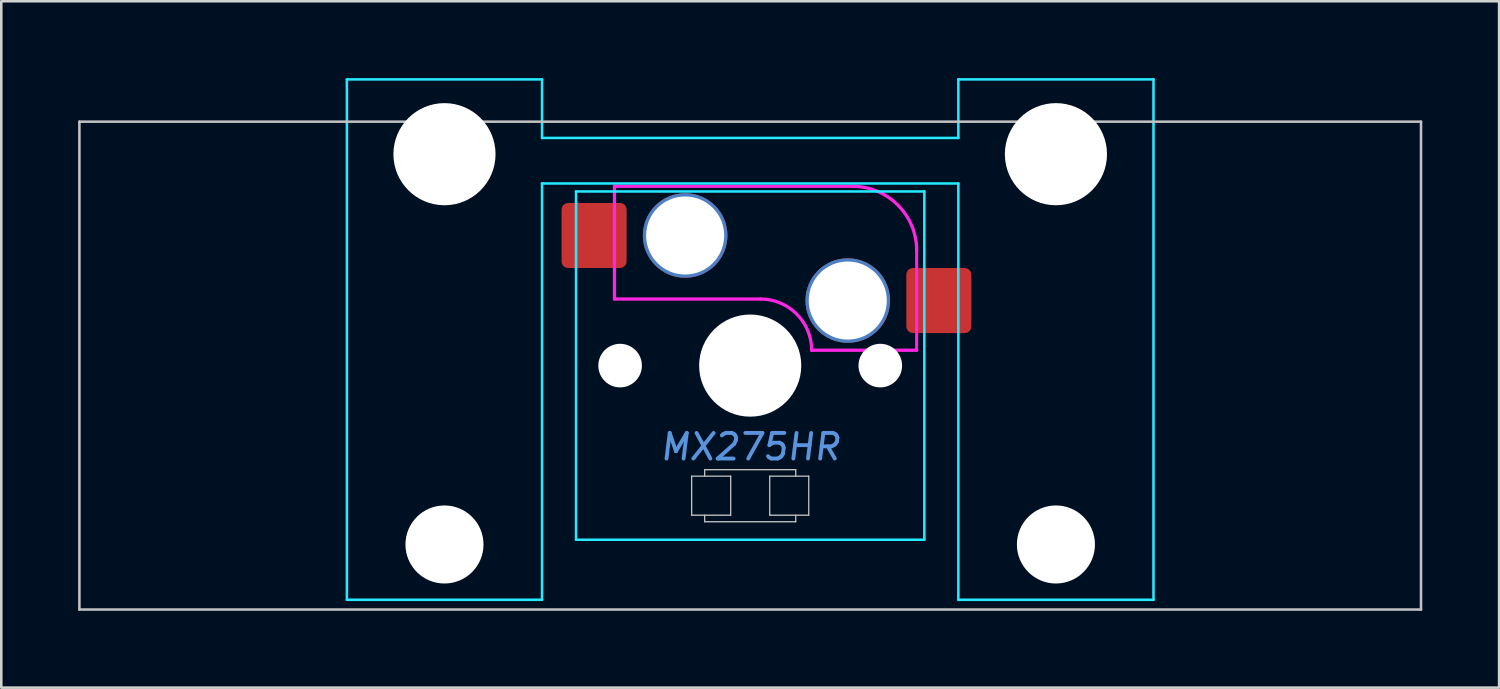
<source format=kicad_pcb>
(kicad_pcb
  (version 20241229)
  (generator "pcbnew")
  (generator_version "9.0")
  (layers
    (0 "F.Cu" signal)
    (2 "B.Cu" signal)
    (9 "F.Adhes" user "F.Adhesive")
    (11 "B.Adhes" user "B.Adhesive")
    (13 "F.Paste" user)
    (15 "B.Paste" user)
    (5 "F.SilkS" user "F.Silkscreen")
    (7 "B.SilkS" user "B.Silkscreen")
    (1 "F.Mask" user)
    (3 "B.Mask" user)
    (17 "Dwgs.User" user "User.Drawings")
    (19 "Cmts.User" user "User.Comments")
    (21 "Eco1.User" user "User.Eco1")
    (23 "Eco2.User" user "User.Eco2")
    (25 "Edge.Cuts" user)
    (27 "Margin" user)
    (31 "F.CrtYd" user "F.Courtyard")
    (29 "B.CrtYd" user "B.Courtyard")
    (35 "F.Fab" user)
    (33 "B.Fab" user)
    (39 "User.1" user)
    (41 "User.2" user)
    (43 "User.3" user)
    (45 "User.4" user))
  (footprint "MX275HR"
    (layer "F.Cu")
    (at 26.244 11.226)
    (property "Reference" "MX275HR" (at 0 3.175 0) (layer "Cmts.User") (effects (font (size 1 1) (thickness 0.15) (italic yes))))
    (attr smd)
    (fp_line (start -26.194 -9.525) (end -26.194 9.525) (stroke (width 0.1) (type solid)) (layer "Dwgs.User"))
    (fp_line (start -26.194 -9.525) (end 26.194 -9.525) (stroke (width 0.1) (type solid)) (layer "Dwgs.User"))
    (fp_line (start -26.194 9.525) (end 26.194 9.525) (stroke (width 0.1) (type solid)) (layer "Dwgs.User"))
    (fp_line (start -2.286 4.318) (end -0.762 4.318) (stroke (width 0.051) (type solid)) (layer "Dwgs.User"))
    (fp_line (start -2.286 5.842) (end -2.286 4.318) (stroke (width 0.051) (type solid)) (layer "Dwgs.User"))
    (fp_line (start -1.778 4.064) (end 1.778 4.064) (stroke (width 0.051) (type solid)) (layer "Dwgs.User"))
    (fp_line (start -1.778 4.318) (end -1.778 4.064) (stroke (width 0.051) (type solid)) (layer "Dwgs.User"))
    (fp_line (start -1.778 6.096) (end -1.778 5.842) (stroke (width 0.051) (type solid)) (layer "Dwgs.User"))
    (fp_line (start -0.762 4.318) (end -0.762 5.842) (stroke (width 0.051) (type solid)) (layer "Dwgs.User"))
    (fp_line (start -0.762 5.842) (end -2.286 5.842) (stroke (width 0.051) (type solid)) (layer "Dwgs.User"))
    (fp_line (start 0.762 4.318) (end 2.286 4.318) (stroke (width 0.051) (type solid)) (layer "Dwgs.User"))
    (fp_line (start 0.762 5.842) (end 0.762 4.318) (stroke (width 0.051) (type solid)) (layer "Dwgs.User"))
    (fp_line (start 1.778 4.064) (end 1.778 4.318) (stroke (width 0.051) (type solid)) (layer "Dwgs.User"))
    (fp_line (start 1.778 5.842) (end 1.778 6.096) (stroke (width 0.051) (type solid)) (layer "Dwgs.User"))
    (fp_line (start 1.778 6.096) (end -1.778 6.096) (stroke (width 0.051) (type solid)) (layer "Dwgs.User"))
    (fp_line (start 2.286 4.318) (end 2.286 5.842) (stroke (width 0.051) (type solid)) (layer "Dwgs.User"))
    (fp_line (start 2.286 5.842) (end 0.762 5.842) (stroke (width 0.051) (type solid)) (layer "Dwgs.User"))
    (fp_line (start 26.194 -9.525) (end 26.194 9.525) (stroke (width 0.1) (type solid)) (layer "Dwgs.User"))
    (fp_line (start -15.438 -8.515) (end -15.438 5.485) (stroke (width 0.1) (type solid)) (layer "Eco1.User"))
    (fp_line (start -14.938 -9.015) (end -8.938 -9.015) (stroke (width 0.1) (type solid)) (layer "Eco1.User"))
    (fp_line (start -8.938 5.985) (end -14.938 5.985) (stroke (width 0.1) (type solid)) (layer "Eco1.User"))
    (fp_line (start -8.438 5.485) (end -8.438 -8.515) (stroke (width 0.1) (type solid)) (layer "Eco1.User"))
    (fp_line (start -7 -6.5) (end -7 6.5) (stroke (width 0.1) (type solid)) (layer "Eco1.User"))
    (fp_line (start -6.5 7) (end 6.5 7) (stroke (width 0.1) (type solid)) (layer "Eco1.User"))
    (fp_line (start 6.5 -7) (end -6.5 -7) (stroke (width 0.1) (type solid)) (layer "Eco1.User"))
    (fp_line (start 7 6.5) (end 7 -6.5) (stroke (width 0.1) (type solid)) (layer "Eco1.User"))
    (fp_line (start 8.438 -8.515) (end 8.438 5.485) (stroke (width 0.1) (type solid)) (layer "Eco1.User"))
    (fp_line (start 8.938 -9.015) (end 14.938 -9.015) (stroke (width 0.1) (type solid)) (layer "Eco1.User"))
    (fp_line (start 14.938 5.985) (end 8.938 5.985) (stroke (width 0.1) (type solid)) (layer "Eco1.User"))
    (fp_line (start 15.438 5.485) (end 15.438 -8.515) (stroke (width 0.1) (type solid)) (layer "Eco1.User"))
    (fp_arc (start -15.438 -8.515) (mid -15.291553 -8.868553) (end -14.938 -9.015) (stroke (width 0.1) (type solid)) (layer "Eco1.User"))
    (fp_arc (start -14.938 5.985) (mid -15.291553 5.838553) (end -15.438 5.485) (stroke (width 0.1) (type solid)) (layer "Eco1.User"))
    (fp_arc (start -8.938 -9.015) (mid -8.584447 -8.868553) (end -8.438 -8.515) (stroke (width 0.1) (type solid)) (layer "Eco1.User"))
    (fp_arc (start -8.438 5.485) (mid -8.584447 5.838553) (end -8.938 5.985) (stroke (width 0.1) (type solid)) (layer "Eco1.User"))
    (fp_arc (start -7 -6.5) (mid -6.853553 -6.853553) (end -6.5 -7) (stroke (width 0.1) (type solid)) (layer "Eco1.User"))
    (fp_arc (start -6.5 7) (mid -6.853553 6.853553) (end -7 6.5) (stroke (width 0.1) (type solid)) (layer "Eco1.User"))
    (fp_arc (start 6.5 -7) (mid 6.853553 -6.853553) (end 7 -6.5) (stroke (width 0.1) (type solid)) (layer "Eco1.User"))
    (fp_arc (start 7 6.5) (mid 6.853553 6.853553) (end 6.5 7) (stroke (width 0.1) (type solid)) (layer "Eco1.User"))
    (fp_arc (start 8.438 -8.515) (mid 8.584447 -8.868553) (end 8.938 -9.015) (stroke (width 0.1) (type solid)) (layer "Eco1.User"))
    (fp_arc (start 8.938 5.985) (mid 8.584447 5.838553) (end 8.438 5.485) (stroke (width 0.1) (type solid)) (layer "Eco1.User"))
    (fp_arc (start 14.938 -9.015) (mid 15.291553 -8.868553) (end 15.438 -8.515) (stroke (width 0.1) (type solid)) (layer "Eco1.User"))
    (fp_arc (start 15.438 5.485) (mid 15.291553 5.838553) (end 14.938 5.985) (stroke (width 0.1) (type solid)) (layer "Eco1.User"))
    (fp_line (start -15.748 -11.176) (end -15.748 9.144) (stroke (width 0.1) (type solid)) (layer "B.CrtYd"))
    (fp_line (start -15.748 -11.176) (end -8.128 -11.176) (stroke (width 0.1) (type solid)) (layer "B.CrtYd"))
    (fp_line (start -8.128 -8.89) (end -8.128 -11.176) (stroke (width 0.1) (type solid)) (layer "B.CrtYd"))
    (fp_line (start -8.128 -7.112) (end -8.128 9.142) (stroke (width 0.1) (type solid)) (layer "B.CrtYd"))
    (fp_line (start -8.128 9.144) (end -15.748 9.144) (stroke (width 0.1) (type solid)) (layer "B.CrtYd"))
    (fp_line (start -6.8 -6.8) (end -6.8 6.8) (stroke (width 0.1) (type solid)) (layer "B.CrtYd"))
    (fp_line (start 6.8 -6.8) (end -6.8 -6.8) (stroke (width 0.1) (type solid)) (layer "B.CrtYd"))
    (fp_line (start 6.8 -6.8) (end 6.8 6.8) (stroke (width 0.1) (type solid)) (layer "B.CrtYd"))
    (fp_line (start 6.8 6.8) (end -6.8 6.8) (stroke (width 0.1) (type solid)) (layer "B.CrtYd"))
    (fp_line (start 8.128 -8.89) (end -8.128 -8.89) (stroke (width 0.1) (type solid)) (layer "B.CrtYd"))
    (fp_line (start 8.128 -8.89) (end 8.128 -11.176) (stroke (width 0.1) (type solid)) (layer "B.CrtYd"))
    (fp_line (start 8.128 -7.112) (end -8.128 -7.112) (stroke (width 0.1) (type solid)) (layer "B.CrtYd"))
    (fp_line (start 8.128 -7.112) (end 8.128 9.144) (stroke (width 0.1) (type solid)) (layer "B.CrtYd"))
    (fp_line (start 8.128 9.144) (end 15.748 9.144) (stroke (width 0.1) (type solid)) (layer "B.CrtYd"))
    (fp_line (start 15.748 -11.176) (end 8.128 -11.176) (stroke (width 0.1) (type solid)) (layer "B.CrtYd"))
    (fp_line (start 15.748 9.144) (end 15.748 -11.176) (stroke (width 0.1) (type solid)) (layer "B.CrtYd"))
    (fp_line (start -5.3 -7) (end -5.3 -2.6) (stroke (width 0.127) (type solid)) (layer "F.CrtYd"))
    (fp_line (start -5.2 -7) (end -5.3 -7) (stroke (width 0.12) (type solid)) (layer "F.CrtYd"))
    (fp_line (start 0.4 -2.6) (end -5.3 -2.6) (stroke (width 0.127) (type solid)) (layer "F.CrtYd"))
    (fp_line (start 4 -7) (end -5.2 -7) (stroke (width 0.12) (type solid)) (layer "F.CrtYd"))
    (fp_line (start 6.5 -4.5) (end 6.5 -0.6) (stroke (width 0.12) (type solid)) (layer "F.CrtYd"))
    (fp_line (start 6.5 -0.6) (end 2.4 -0.6) (stroke (width 0.127) (type solid)) (layer "F.CrtYd"))
    (fp_arc (start 0.4 -2.6) (mid 1.814214 -2.014214) (end 2.4 -0.6) (stroke (width 0.127) (type solid)) (layer "F.CrtYd"))
    (fp_arc (start 4 -7) (mid 5.767767 -6.267767) (end 6.5 -4.5) (stroke (width 0.127) (type solid)) (layer "F.CrtYd"))
    (pad "" np_thru_hole circle (at -11.938 -8.255 180) (size 3.988 3.988) (drill 3.988) (layers "*.Cu" "*.Mask"))
    (pad "" np_thru_hole circle (at -11.938 6.985 180) (size 3.048 3.048) (drill 3.048) (layers "*.Cu" "*.Mask"))
    (pad "" np_thru_hole circle (at -5.08 0) (size 1.702 1.702) (drill 1.702) (layers "*.Cu" "*.Mask"))
    (pad "" np_thru_hole circle (at -2.54 -5.08) (size 3.302 3.302) (drill 3.048) (layers "*.Cu" "*.Mask"))
    (pad "" np_thru_hole circle (at 0 0) (size 3.988 3.988) (drill 3.988) (layers "*.Cu" "*.Mask"))
    (pad "" np_thru_hole circle (at 3.81 -2.54) (size 3.302 3.302) (drill 3.048) (layers "*.Cu" "*.Mask"))
    (pad "" np_thru_hole circle (at 5.08 0) (size 1.702 1.702) (drill 1.702) (layers "*.Cu" "*.Mask"))
    (pad "" np_thru_hole circle (at 11.938 -8.255 180) (size 3.988 3.988) (drill 3.988) (layers "*.Cu" "*.Mask"))
    (pad "" np_thru_hole circle (at 11.938 6.985 180) (size 3.048 3.048) (drill 3.048) (layers "*.Cu" "*.Mask"))
    (pad "1" smd roundrect (at -6.096 -5.08) (size 2.54 2.54) (layers "F.Cu" "F.Mask") (roundrect_rratio 0.1))
    (pad "2" smd roundrect (at 7.366 -2.54) (size 2.54 2.54) (layers "F.Cu" "F.Mask" "F.Paste") (roundrect_rratio 0.1)))
  (gr_rect
    (start -3 -3)
    (end 55.487 23.801)
    (stroke (width 0.1) (type default))
    (fill no)
    (layer "Edge.Cuts")))
</source>
